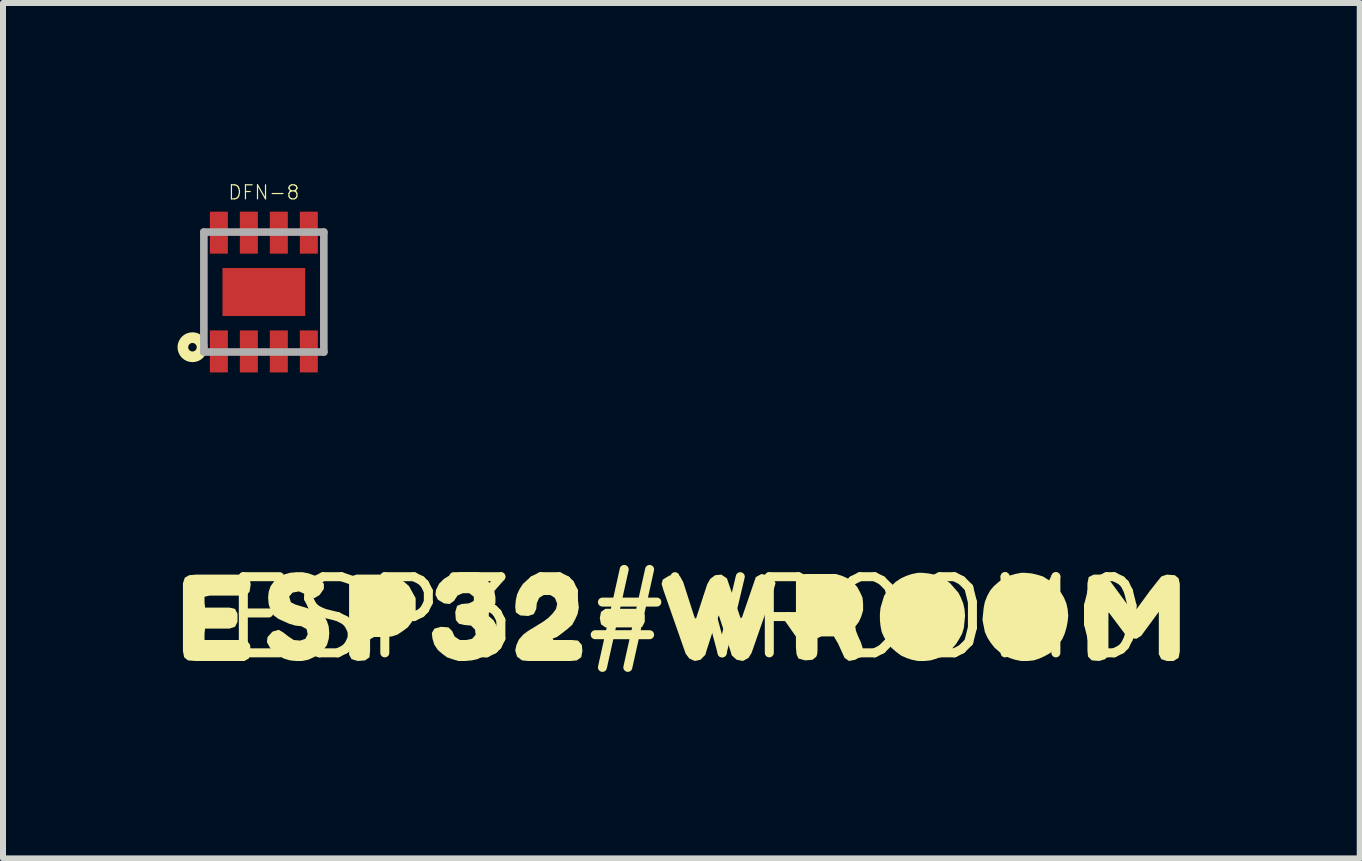
<source format=kicad_pcb>
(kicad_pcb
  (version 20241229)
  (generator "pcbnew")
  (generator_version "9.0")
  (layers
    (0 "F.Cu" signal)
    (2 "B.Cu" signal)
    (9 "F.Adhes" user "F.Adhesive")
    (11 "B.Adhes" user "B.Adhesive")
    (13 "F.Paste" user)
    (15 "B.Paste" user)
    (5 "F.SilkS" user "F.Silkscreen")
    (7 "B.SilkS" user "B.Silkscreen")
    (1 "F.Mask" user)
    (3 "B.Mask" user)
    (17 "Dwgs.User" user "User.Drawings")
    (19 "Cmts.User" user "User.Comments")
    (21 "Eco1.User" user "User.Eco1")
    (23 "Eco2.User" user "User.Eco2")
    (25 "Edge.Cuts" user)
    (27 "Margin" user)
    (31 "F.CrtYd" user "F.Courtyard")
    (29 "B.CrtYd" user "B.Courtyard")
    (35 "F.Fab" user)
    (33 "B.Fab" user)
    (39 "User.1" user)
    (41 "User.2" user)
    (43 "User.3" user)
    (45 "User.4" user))
  (footprint "DFN-8"
    (layer "F.Cu")
    (at 1.349 1.819)
    (property "Reference" "DFN-8" (at 0 -1.524 0) (unlocked yes) (layer "F.SilkS") (effects (font (size 0.234 0.234) (thickness 0.02)) (justify bottom)))
    (fp_poly (pts (xy -0.97 -0.57) (xy -0.53 -0.57) (xy -0.53 -1.41) (xy -0.97 -1.41)) (stroke (width 0) (type default)) (fill yes) (layer "F.Mask"))
    (fp_poly (pts (xy -0.97 1.43) (xy -0.53 1.43) (xy -0.53 0.59) (xy -0.97 0.59)) (stroke (width 0) (type default)) (fill yes) (layer "F.Mask"))
    (fp_poly (pts (xy -0.76 0.47) (xy 0.76 0.47) (xy 0.76 -0.47) (xy -0.76 -0.47)) (stroke (width 0) (type default)) (fill yes) (layer "F.Mask"))
    (fp_poly (pts (xy -0.47 -0.57) (xy -0.03 -0.57) (xy -0.03 -1.41) (xy -0.47 -1.41)) (stroke (width 0) (type default)) (fill yes) (layer "F.Mask"))
    (fp_poly (pts (xy -0.47 1.43) (xy -0.03 1.43) (xy -0.03 0.59) (xy -0.47 0.59)) (stroke (width 0) (type default)) (fill yes) (layer "F.Mask"))
    (fp_poly (pts (xy 0.03 -0.57) (xy 0.47 -0.57) (xy 0.47 -1.41) (xy 0.03 -1.41)) (stroke (width 0) (type default)) (fill yes) (layer "F.Mask"))
    (fp_poly (pts (xy 0.03 1.43) (xy 0.47 1.43) (xy 0.47 0.59) (xy 0.03 0.59)) (stroke (width 0) (type default)) (fill yes) (layer "F.Mask"))
    (fp_poly (pts (xy 0.53 -0.57) (xy 0.97 -0.57) (xy 0.97 -1.41) (xy 0.53 -1.41)) (stroke (width 0) (type default)) (fill yes) (layer "F.Mask"))
    (fp_poly (pts (xy 0.53 1.43) (xy 0.97 1.43) (xy 0.97 0.59) (xy 0.53 0.59)) (stroke (width 0) (type default)) (fill yes) (layer "F.Mask"))
    (fp_circle (center -1.19 0.92) (end -1.119 0.92) (stroke (width 0.178) (type solid)) (fill no) (layer "F.SilkS"))
    (fp_poly (pts (xy -0.875 -0.7) (xy -0.625 -0.7) (xy -0.625 -1.337) (xy -0.875 -1.337)) (stroke (width 0) (type default)) (fill yes) (layer "F.Paste"))
    (fp_poly (pts (xy -0.875 1.337) (xy -0.625 1.337) (xy -0.625 0.7) (xy -0.875 0.7)) (stroke (width 0) (type default)) (fill yes) (layer "F.Paste"))
    (fp_poly (pts (xy -0.59 0.32) (xy -0.09 0.32) (xy -0.09 -0.32) (xy -0.59 -0.32)) (stroke (width 0) (type default)) (fill yes) (layer "F.Paste"))
    (fp_poly (pts (xy -0.375 -0.7) (xy -0.125 -0.7) (xy -0.125 -1.337) (xy -0.375 -1.337)) (stroke (width 0) (type default)) (fill yes) (layer "F.Paste"))
    (fp_poly (pts (xy -0.375 1.337) (xy -0.125 1.337) (xy -0.125 0.7) (xy -0.375 0.7)) (stroke (width 0) (type default)) (fill yes) (layer "F.Paste"))
    (fp_poly (pts (xy 0.09 0.32) (xy 0.59 0.32) (xy 0.59 -0.32) (xy 0.09 -0.32)) (stroke (width 0) (type default)) (fill yes) (layer "F.Paste"))
    (fp_poly (pts (xy 0.125 -0.7) (xy 0.375 -0.7) (xy 0.375 -1.337) (xy 0.125 -1.337)) (stroke (width 0) (type default)) (fill yes) (layer "F.Paste"))
    (fp_poly (pts (xy 0.125 1.337) (xy 0.375 1.337) (xy 0.375 0.7) (xy 0.125 0.7)) (stroke (width 0) (type default)) (fill yes) (layer "F.Paste"))
    (fp_poly (pts (xy 0.625 -0.7) (xy 0.875 -0.7) (xy 0.875 -1.337) (xy 0.625 -1.337)) (stroke (width 0) (type default)) (fill yes) (layer "F.Paste"))
    (fp_poly (pts (xy 0.625 1.337) (xy 0.875 1.337) (xy 0.875 0.7) (xy 0.625 0.7)) (stroke (width 0) (type default)) (fill yes) (layer "F.Paste"))
    (fp_line (start -1 -1) (end 1 -1) (stroke (width 0.127) (type solid)) (layer "F.Fab"))
    (fp_line (start -1 1) (end -1 -1) (stroke (width 0.127) (type solid)) (layer "F.Fab"))
    (fp_line (start 1 -1) (end 1 1) (stroke (width 0.127) (type solid)) (layer "F.Fab"))
    (fp_line (start 1 1) (end -1 1) (stroke (width 0.127) (type solid)) (layer "F.Fab"))
    (pad "1" smd rect (at -0.75 0.99 90) (size 0.7 0.3) (layers "F.Cu"))
    (pad "2" smd rect (at -0.25 0.99 90) (size 0.7 0.3) (layers "F.Cu"))
    (pad "3" smd rect (at 0.25 0.99 90) (size 0.7 0.3) (layers "F.Cu"))
    (pad "4" smd rect (at 0.75 0.99 90) (size 0.7 0.3) (layers "F.Cu"))
    (pad "5" smd rect (at 0.75 -0.99 90) (size 0.7 0.3) (layers "F.Cu"))
    (pad "6" smd rect (at 0.25 -0.99 90) (size 0.7 0.3) (layers "F.Cu"))
    (pad "7" smd rect (at -0.25 -0.99 90) (size 0.7 0.3) (layers "F.Cu"))
    (pad "8" smd rect (at -0.75 -0.99 90) (size 0.7 0.3) (layers "F.Cu"))
    (pad "9" smd rect (at 0 0) (size 1.38 0.8) (layers "F.Cu")))
  (footprint "ESP32#WROOM0"
    (layer "F.Cu")
    (at 8.385 7.255)
    (property "Reference" "ESP32#WROOM0" (at 0 0 0) (layer "F.SilkS") (effects (font (size 1.27 1.27) (thickness 0.15))))
    (fp_poly (pts (xy -0.716 -0.134) (xy -0.685 -0.051) (xy -0.685 0.061) (xy -0.727 0.145) (xy -0.83 0.155) (xy -1.342 0.155) (xy -1.415 0.103) (xy -1.435 0) (xy -1.415 -0.103) (xy -1.342 -0.155) (xy -0.83 -0.155)) (stroke (width 0) (type default)) (fill yes) (layer "F.SilkS"))
    (fp_poly (pts (xy -4.878 -0.705) (xy -4.788 -0.664) (xy -4.697 -0.604) (xy -4.616 -0.533) (xy -4.566 -0.442) (xy -4.516 -0.352) (xy -4.505 -0.331) (xy -4.505 -0.12) (xy -4.525 -0.018) (xy -4.576 0.073) (xy -4.636 0.154) (xy -4.717 0.214) (xy -4.804 0.272) (xy -4.803 0.273) (xy -4.808 0.275) (xy -4.812 0.277) (xy -4.813 0.276) (xy -4.899 0.305) (xy -5 0.315) (xy -5.199 0.315) (xy -5.265 0.353) (xy -5.265 0.55) (xy -5.275 0.653) (xy -5.348 0.705) (xy -5.471 0.715) (xy -5.573 0.684) (xy -5.615 0.611) (xy -5.615 -0.611) (xy -5.584 -0.694) (xy -5.491 -0.725) (xy -4.969 -0.725)) (stroke (width 0) (type default)) (fill yes) (layer "F.SilkS"))
    (fp_poly (pts (xy -7.359 -0.715) (xy -7.276 -0.673) (xy -7.255 -0.56) (xy -7.275 -0.438) (xy -7.328 -0.385) (xy -7.43 -0.375) (xy -7.939 -0.375) (xy -8.025 -0.356) (xy -8.025 -0.26) (xy -8.016 -0.175) (xy -7.609 -0.175) (xy -7.517 -0.154) (xy -7.475 -0.071) (xy -7.475 0.061) (xy -7.516 0.144) (xy -7.609 0.175) (xy -8.016 0.175) (xy -8.025 0.26) (xy -8.025 0.365) (xy -7.42 0.365) (xy -7.317 0.375) (xy -7.265 0.448) (xy -7.255 0.571) (xy -7.286 0.673) (xy -7.359 0.715) (xy -8.18 0.715) (xy -8.302 0.705) (xy -8.365 0.653) (xy -8.385 0.55) (xy -8.385 -0.581) (xy -8.354 -0.673) (xy -8.282 -0.715) (xy -8.17 -0.725) (xy -7.46 -0.725)) (stroke (width 0) (type default)) (fill yes) (layer "F.SilkS"))
    (fp_poly (pts (xy 8.152 -0.715) (xy 8.215 -0.663) (xy 8.235 -0.571) (xy 8.235 0.56) (xy 8.214 0.663) (xy 8.131 0.715) (xy 8.019 0.715) (xy 7.926 0.684) (xy 7.885 0.601) (xy 7.885 -0.105) (xy 7.644 0.223) (xy 7.593 0.294) (xy 7.511 0.345) (xy 7.398 0.335) (xy 7.326 0.273) (xy 7.057 -0.086) (xy 7.045 -0.092) (xy 7.045 0.612) (xy 6.993 0.684) (xy 6.891 0.715) (xy 6.768 0.705) (xy 6.705 0.642) (xy 6.695 0.54) (xy 6.695 -0.58) (xy 6.716 -0.683) (xy 6.799 -0.725) (xy 6.921 -0.725) (xy 7.013 -0.684) (xy 7.084 -0.603) (xy 7.442 -0.116) (xy 7.517 -0.154) (xy 7.736 -0.453) (xy 7.846 -0.593) (xy 7.927 -0.694) (xy 8.019 -0.725)) (stroke (width 0) (type default)) (fill yes) (layer "F.SilkS"))
    (fp_poly (pts (xy -0.096 -0.694) (xy -0.045 -0.602) (xy 0.144 -0.013) (xy 0.168 0.011) (xy 0.355 -0.562) (xy 0.406 -0.653) (xy 0.488 -0.715) (xy 0.591 -0.725) (xy 0.684 -0.663) (xy 0.715 -0.572) (xy 0.913 0.002) (xy 0.936 -0.013) (xy 1.166 -0.683) (xy 1.259 -0.735) (xy 1.362 -0.715) (xy 1.464 -0.653) (xy 1.495 -0.58) (xy 1.465 -0.478) (xy 1.095 0.582) (xy 1.044 0.664) (xy 0.951 0.715) (xy 0.848 0.695) (xy 0.766 0.623) (xy 0.735 0.522) (xy 0.549 -0.046) (xy 0.485 0.112) (xy 0.435 0.262) (xy 0.345 0.541) (xy 0.324 0.613) (xy 0.243 0.695) (xy 0.149 0.715) (xy 0.057 0.674) (xy -0.004 0.592) (xy -0.375 -0.468) (xy -0.405 -0.57) (xy -0.384 -0.643) (xy -0.282 -0.705) (xy -0.18 -0.735)) (stroke (width 0) (type default)) (fill yes) (layer "F.SilkS"))
    (fp_poly (pts (xy 2.602 -0.705) (xy 2.693 -0.664) (xy 2.779 -0.597) (xy 2.78 -0.597) (xy 2.783 -0.594) (xy 2.787 -0.591) (xy 2.787 -0.59) (xy 2.854 -0.523) (xy 2.904 -0.432) (xy 2.945 -0.341) (xy 2.955 -0.24) (xy 2.955 -0.129) (xy 2.925 -0.028) (xy 2.884 0.063) (xy 2.825 0.141) (xy 2.835 0.209) (xy 2.865 0.288) (xy 2.915 0.398) (xy 2.935 0.458) (xy 2.965 0.56) (xy 2.934 0.634) (xy 2.822 0.695) (xy 2.719 0.715) (xy 2.646 0.663) (xy 2.536 0.422) (xy 2.467 0.305) (xy 2.261 0.305) (xy 2.195 0.333) (xy 2.195 0.54) (xy 2.175 0.643) (xy 2.112 0.695) (xy 1.99 0.705) (xy 1.876 0.674) (xy 1.845 0.601) (xy 1.835 0.49) (xy 1.835 -0.631) (xy 1.877 -0.714) (xy 1.99 -0.735) (xy 2.501 -0.735)) (stroke (width 0) (type default)) (fill yes) (layer "F.SilkS"))
    (fp_poly (pts (xy 4.041 -0.745) (xy 4.141 -0.725) (xy 4.232 -0.695) (xy 4.323 -0.644) (xy 4.403 -0.584) (xy 4.474 -0.503) (xy 4.544 -0.423) (xy 4.585 -0.342) (xy 4.625 -0.241) (xy 4.645 -0.151) (xy 4.655 -0.04) (xy 4.645 0.06) (xy 4.635 0.161) (xy 4.605 0.262) (xy 4.554 0.353) (xy 4.504 0.433) (xy 4.434 0.514) (xy 4.353 0.584) (xy 4.272 0.634) (xy 4.182 0.675) (xy 4.081 0.705) (xy 3.98 0.715) (xy 3.87 0.715) (xy 3.769 0.695) (xy 3.678 0.665) (xy 3.587 0.624) (xy 3.507 0.564) (xy 3.426 0.493) (xy 3.366 0.403) (xy 3.309 0.327) (xy 3.308 0.327) (xy 3.306 0.323) (xy 3.303 0.319) (xy 3.304 0.318) (xy 3.265 0.232) (xy 3.245 0.131) (xy 3.235 0.03) (xy 3.235 -0.07) (xy 3.245 -0.171) (xy 3.275 -0.271) (xy 3.305 -0.372) (xy 3.366 -0.463) (xy 3.426 -0.533) (xy 3.497 -0.604) (xy 3.588 -0.664) (xy 3.678 -0.705) (xy 3.769 -0.735) (xy 3.87 -0.755) (xy 3.94 -0.755)) (stroke (width 0) (type default)) (fill yes) (layer "F.SilkS"))
    (fp_poly (pts (xy 5.761 -0.745) (xy 5.851 -0.725) (xy 5.952 -0.695) (xy 6.033 -0.644) (xy 6.123 -0.584) (xy 6.194 -0.503) (xy 6.254 -0.423) (xy 6.304 -0.342) (xy 6.345 -0.241) (xy 6.365 -0.151) (xy 6.375 -0.04) (xy 6.365 0.061) (xy 6.345 0.161) (xy 6.315 0.262) (xy 6.274 0.353) (xy 6.214 0.433) (xy 6.144 0.513) (xy 6.073 0.584) (xy 5.982 0.634) (xy 5.892 0.675) (xy 5.801 0.705) (xy 5.7 0.715) (xy 5.59 0.715) (xy 5.489 0.695) (xy 5.398 0.665) (xy 5.307 0.624) (xy 5.227 0.564) (xy 5.146 0.493) (xy 5.076 0.403) (xy 5.028 0.327) (xy 5.028 0.327) (xy 5.026 0.322) (xy 5.023 0.318) (xy 5.024 0.318) (xy 4.985 0.232) (xy 4.965 0.131) (xy 4.945 0.03) (xy 4.955 -0.07) (xy 4.965 -0.171) (xy 4.985 -0.271) (xy 5.025 -0.372) (xy 5.076 -0.463) (xy 5.136 -0.534) (xy 5.217 -0.604) (xy 5.297 -0.664) (xy 5.388 -0.705) (xy 5.489 -0.735) (xy 5.59 -0.755) (xy 5.65 -0.755)) (stroke (width 0) (type default)) (fill yes) (layer "F.SilkS"))
    (fp_poly (pts (xy -2.148 -0.725) (xy -2.057 -0.684) (xy -1.977 -0.624) (xy -1.906 -0.553) (xy -1.845 -0.462) (xy -1.815 -0.371) (xy -1.795 -0.271) (xy -1.785 -0.17) (xy -1.805 -0.068) (xy -1.846 0.022) (xy -1.896 0.113) (xy -1.977 0.184) (xy -2.067 0.254) (xy -2.148 0.314) (xy -2.222 0.342) (xy -2.207 0.365) (xy -1.91 0.365) (xy -1.798 0.375) (xy -1.735 0.448) (xy -1.725 0.55) (xy -1.745 0.653) (xy -1.818 0.705) (xy -1.92 0.715) (xy -2.63 0.715) (xy -2.732 0.705) (xy -2.814 0.643) (xy -2.845 0.54) (xy -2.825 0.448) (xy -2.784 0.357) (xy -2.713 0.276) (xy -2.633 0.216) (xy -2.373 0.056) (xy -2.293 -0.004) (xy -2.224 -0.073) (xy -2.165 -0.152) (xy -2.145 -0.24) (xy -2.184 -0.337) (xy -2.261 -0.385) (xy -2.369 -0.385) (xy -2.446 -0.337) (xy -2.485 -0.249) (xy -2.495 -0.149) (xy -2.536 -0.066) (xy -2.629 -0.035) (xy -2.762 -0.045) (xy -2.835 -0.097) (xy -2.845 -0.19) (xy -2.835 -0.301) (xy -2.815 -0.392) (xy -2.774 -0.482) (xy -2.714 -0.573) (xy -2.633 -0.644) (xy -2.552 -0.695) (xy -2.461 -0.725) (xy -2.36 -0.745) (xy -2.25 -0.745)) (stroke (width 0) (type default)) (fill yes) (layer "F.SilkS"))
    (fp_poly (pts (xy -6.289 -0.745) (xy -6.178 -0.704) (xy -6.107 -0.654) (xy -6.035 -0.572) (xy -6.035 -0.488) (xy -6.106 -0.386) (xy -6.189 -0.335) (xy -6.272 -0.345) (xy -6.362 -0.406) (xy -6.451 -0.445) (xy -6.557 -0.425) (xy -6.614 -0.359) (xy -6.586 -0.264) (xy -6.508 -0.225) (xy -6.309 -0.165) (xy -6.208 -0.135) (xy -6.118 -0.104) (xy -6.036 -0.043) (xy -5.985 0.048) (xy -5.955 0.139) (xy -5.945 0.25) (xy -5.955 0.351) (xy -5.985 0.452) (xy -6.046 0.533) (xy -6.117 0.604) (xy -6.208 0.654) (xy -6.298 0.695) (xy -6.4 0.715) (xy -6.5 0.715) (xy -6.601 0.705) (xy -6.702 0.675) (xy -6.793 0.624) (xy -6.873 0.554) (xy -6.934 0.493) (xy -6.985 0.401) (xy -6.975 0.318) (xy -6.893 0.226) (xy -6.789 0.195) (xy -6.717 0.236) (xy -6.627 0.306) (xy -6.538 0.365) (xy -6.431 0.375) (xy -6.344 0.346) (xy -6.305 0.269) (xy -6.324 0.183) (xy -6.412 0.135) (xy -6.511 0.125) (xy -6.612 0.095) (xy -6.702 0.055) (xy -6.793 0.014) (xy -6.874 -0.047) (xy -6.925 -0.138) (xy -6.955 -0.229) (xy -6.965 -0.34) (xy -6.955 -0.441) (xy -6.924 -0.532) (xy -6.864 -0.613) (xy -6.793 -0.684) (xy -6.702 -0.725) (xy -6.601 -0.755) (xy -6.49 -0.765) (xy -6.39 -0.765)) (stroke (width 0) (type default)) (fill yes) (layer "F.SilkS"))
    (fp_poly (pts (xy -3.306 -0.623) (xy -3.236 -0.543) (xy -3.195 -0.452) (xy -3.175 -0.35) (xy -3.175 -0.249) (xy -3.216 -0.157) (xy -3.285 -0.088) (xy -3.285 -0.032) (xy -3.206 0.037) (xy -3.155 0.128) (xy -3.135 0.23) (xy -3.145 0.331) (xy -3.175 0.432) (xy -3.226 0.513) (xy -3.307 0.584) (xy -3.387 0.644) (xy -3.478 0.685) (xy -3.569 0.705) (xy -3.68 0.715) (xy -3.791 0.715) (xy -3.892 0.685) (xy -3.982 0.654) (xy -4.063 0.594) (xy -4.134 0.533) (xy -4.195 0.442) (xy -4.225 0.341) (xy -4.235 0.249) (xy -4.193 0.176) (xy -4.08 0.145) (xy -3.958 0.155) (xy -3.896 0.217) (xy -3.856 0.307) (xy -3.768 0.365) (xy -3.66 0.365) (xy -3.563 0.345) (xy -3.505 0.278) (xy -3.515 0.192) (xy -3.582 0.125) (xy -3.691 0.115) (xy -3.783 0.095) (xy -3.835 0.032) (xy -3.845 -0.101) (xy -3.814 -0.204) (xy -3.741 -0.235) (xy -3.621 -0.245) (xy -3.535 -0.283) (xy -3.535 -0.357) (xy -3.612 -0.415) (xy -3.719 -0.415) (xy -3.807 -0.376) (xy -3.866 -0.286) (xy -3.939 -0.235) (xy -4.032 -0.245) (xy -4.134 -0.306) (xy -4.175 -0.389) (xy -4.165 -0.471) (xy -4.114 -0.573) (xy -4.033 -0.654) (xy -3.952 -0.704) (xy -3.851 -0.745) (xy -3.761 -0.765) (xy -3.448 -0.765)) (stroke (width 0) (type default)) (fill yes) (layer "F.SilkS")))
  (gr_rect
    (start -3 -3)
    (end 19.62 11.261)
    (stroke (width 0.1) (type default))
    (fill no)
    (layer "Edge.Cuts")))
</source>
